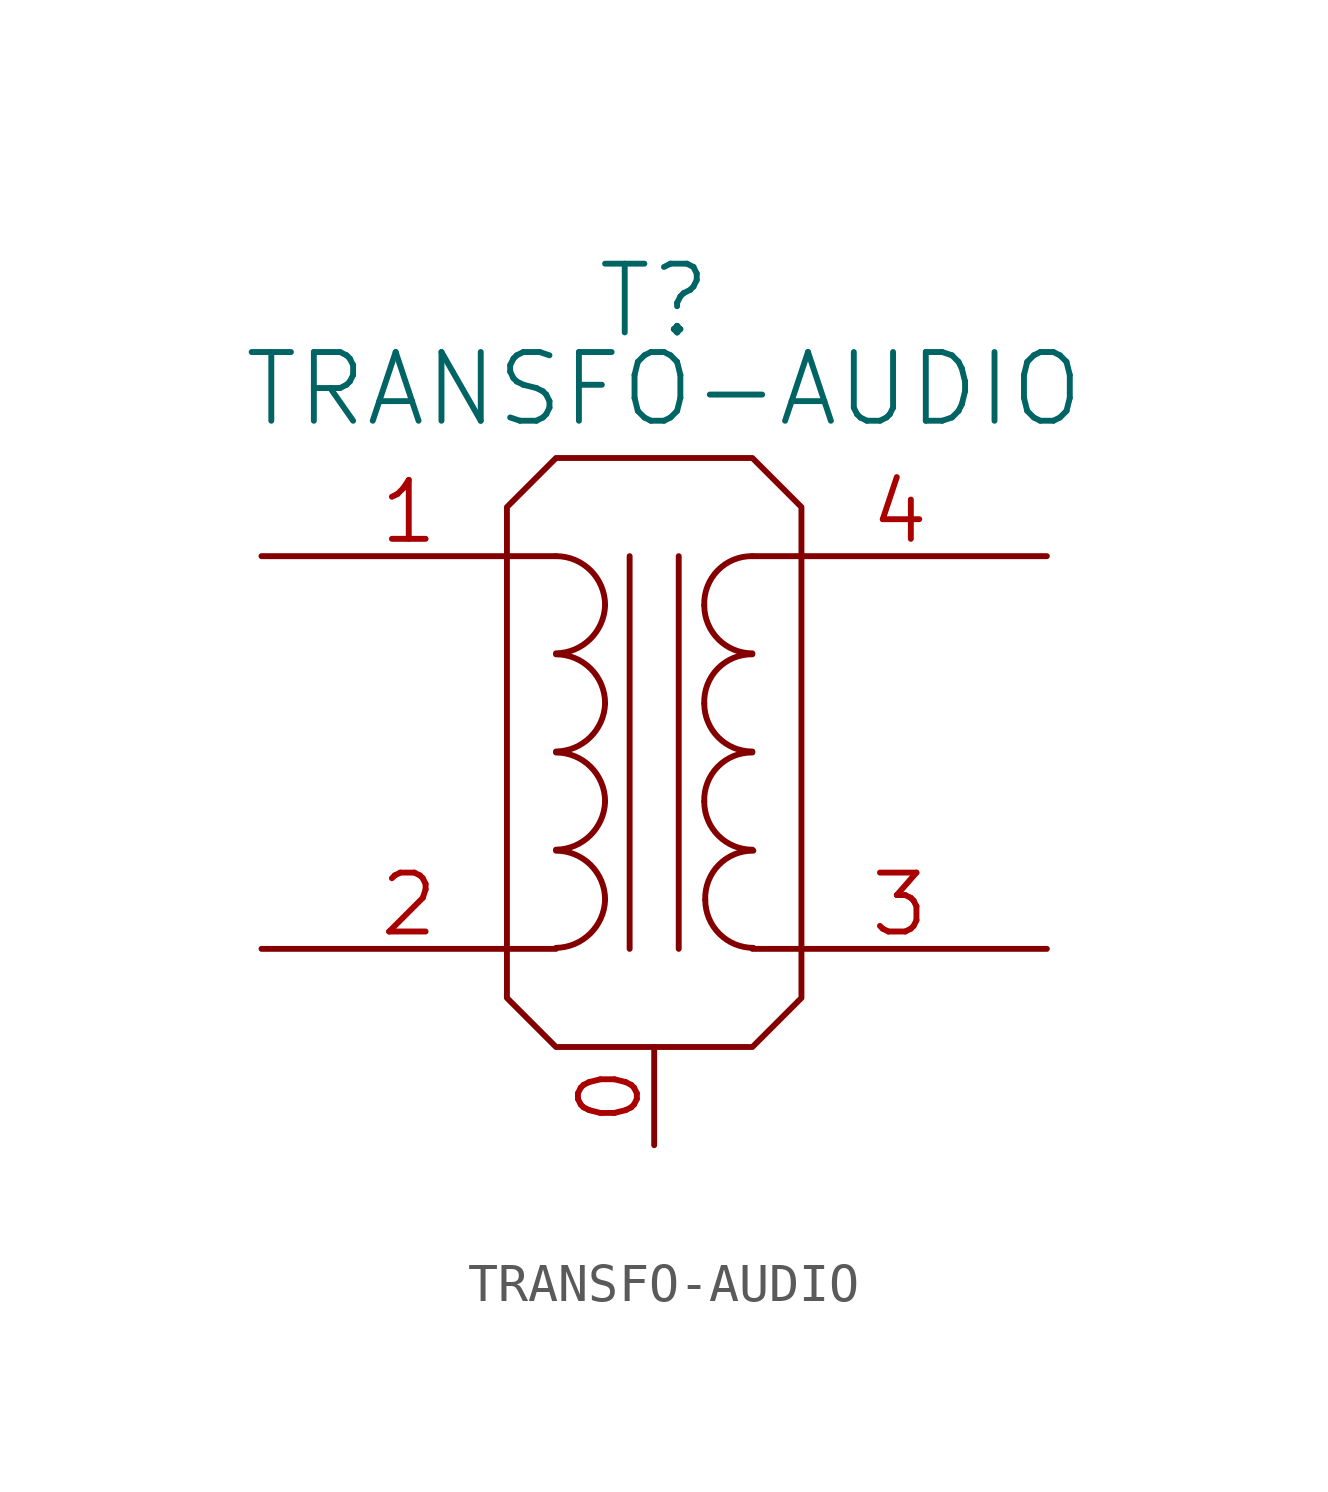
<source format=kicad_sym>
(kicad_symbol_lib
  (version 20220914)
  (generator kicad_symbol_editor)
  (symbol "TRANSFO-AUDIO"
    (pin_names
      (offset 1.016) hide)
    (property "Reference" "T"
      (at 0 11.684 0)
      (effects (font (size 1.778 1.778))))
    (property "Value" "TRANSFO-AUDIO"
      (at 0.254 9.398 0)
      (effects (font (size 1.778 1.778))))
    (symbol "TRANSFO-AUDIO_0_1"
      (arc (start -2.54 -5.0546) (mid -1.6599 -4.6901) (end -1.27 -3.81) (stroke (width 0) (type solid)) (fill (type none)))
      (arc (start -2.54 -2.5146) (mid -1.6599 -2.1501) (end -1.27 -1.27) (stroke (width 0) (type solid)) (fill (type none)))
      (arc (start -2.54 0.0254) (mid -1.6599 0.3899) (end -1.27 1.27) (stroke (width 0) (type solid)) (fill (type none)))
      (arc (start -2.54 2.5654) (mid -1.6599 2.9299) (end -1.27 3.81) (stroke (width 0) (type solid)) (fill (type none)))
      (arc (start -1.27 -3.81) (mid -1.642 -2.912) (end -2.54 -2.54) (stroke (width 0) (type solid)) (fill (type none)))
      (arc (start -1.27 -1.27) (mid -1.642 -0.372) (end -2.54 0) (stroke (width 0) (type solid)) (fill (type none)))
      (arc (start -1.27 1.27) (mid -1.642 2.168) (end -2.54 2.54) (stroke (width 0) (type solid)) (fill (type none)))
      (arc (start -1.27 3.81) (mid -1.642 4.708) (end -2.54 5.08) (stroke (width 0) (type solid)) (fill (type none)))
      (polyline (pts (xy -0.635 5.08) (xy -0.635 -5.08)) (stroke (width 0) (type solid)) (fill (type none)))
      (polyline (pts (xy 0.635 -5.08) (xy 0.635 5.08)) (stroke (width 0) (type solid)) (fill (type none)))
      (polyline (pts (xy -3.81 6.35) (xy -2.54 7.62) (xy 2.54 7.62) (xy 3.81 6.35) (xy 3.81 -6.35) (xy 2.54 -7.62) (xy -2.54 -7.62) (xy -3.81 -6.35) (xy -3.81 6.35)) (stroke (width 0) (type solid)) (fill (type none)))
      (arc (start 1.2954 -1.27) (mid 1.6599 -2.1501) (end 2.54 -2.5146) (stroke (width 0) (type solid)) (fill (type none)))
      (arc (start 1.2954 1.27) (mid 1.6599 0.3899) (end 2.54 0.0254) (stroke (width 0) (type solid)) (fill (type none)))
      (arc (start 1.2954 3.81) (mid 1.6599 2.9299) (end 2.54 2.5654) (stroke (width 0) (type solid)) (fill (type none)))
      (arc (start 1.3208 -3.81) (mid 1.6853 -4.6901) (end 2.5654 -5.0546) (stroke (width 0) (type solid)) (fill (type none)))
      (arc (start 2.54 0) (mid 1.642 -0.372) (end 1.2954 -1.27) (stroke (width 0) (type solid)) (fill (type none)))
      (arc (start 2.54 2.54) (mid 1.642 2.168) (end 1.2954 1.27) (stroke (width 0) (type solid)) (fill (type none)))
      (arc (start 2.54 5.08) (mid 1.642 4.708) (end 1.2954 3.81) (stroke (width 0) (type solid)) (fill (type none)))
      (arc (start 2.5654 -2.54) (mid 1.6674 -2.912) (end 1.3208 -3.81) (stroke (width 0) (type solid)) (fill (type none))))
    (symbol "TRANSFO-AUDIO_1_1"
      (pin input line (at 0 -10.16 90) (length 2.54) (name "~" (effects (font (size 1.524 1.524)))) (number "0" (effects (font (size 1.524 1.524)))))
      (pin passive line (at -10.16 5.08 0) (length 7.62) (name "AA" (effects (font (size 1.524 1.524)))) (number "1" (effects (font (size 1.524 1.524)))))
      (pin passive line (at -10.16 -5.08 0) (length 7.62) (name "AB" (effects (font (size 1.524 1.524)))) (number "2" (effects (font (size 1.524 1.524)))))
      (pin passive line (at 10.16 -5.08 180) (length 7.62) (name "SA" (effects (font (size 1.524 1.524)))) (number "3" (effects (font (size 1.524 1.524)))))
      (pin passive line (at 10.16 5.08 180) (length 7.62) (name "SB" (effects (font (size 1.524 1.524)))) (number "4" (effects (font (size 1.524 1.524))))))))
</source>
